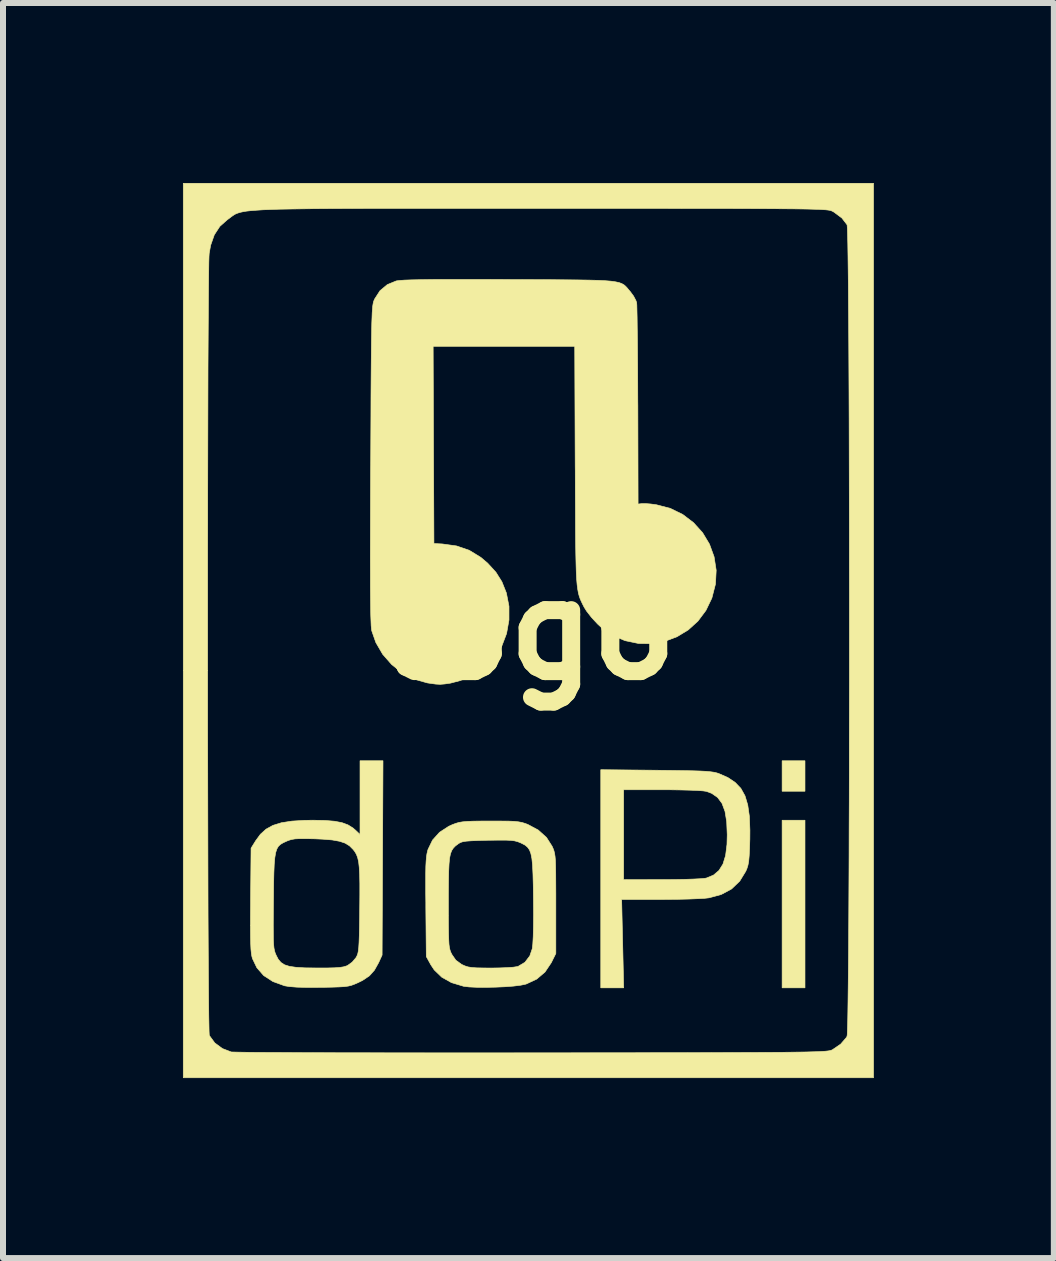
<source format=kicad_pcb>
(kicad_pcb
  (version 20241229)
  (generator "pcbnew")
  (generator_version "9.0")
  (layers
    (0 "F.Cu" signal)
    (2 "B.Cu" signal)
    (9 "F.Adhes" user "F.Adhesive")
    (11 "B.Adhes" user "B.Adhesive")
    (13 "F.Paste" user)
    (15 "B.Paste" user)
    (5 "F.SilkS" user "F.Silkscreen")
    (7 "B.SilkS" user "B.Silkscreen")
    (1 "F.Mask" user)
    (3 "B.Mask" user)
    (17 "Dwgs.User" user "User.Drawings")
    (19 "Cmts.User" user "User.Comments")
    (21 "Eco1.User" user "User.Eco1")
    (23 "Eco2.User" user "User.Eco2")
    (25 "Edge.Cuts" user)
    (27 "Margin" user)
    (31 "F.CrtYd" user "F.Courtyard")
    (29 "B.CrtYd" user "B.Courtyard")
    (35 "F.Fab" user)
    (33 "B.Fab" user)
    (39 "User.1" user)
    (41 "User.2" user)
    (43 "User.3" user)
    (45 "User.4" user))
  (footprint "logo"
    (layer "F.Cu")
    (at 5.745 7.447)
    (property "Reference" "logo" (at 0 0 0) (layer "F.SilkS") (effects (font (size 1.524 1.524) (thickness 0.3))))
    (attr through_hole)
    (fp_poly (pts (xy 4.623 2.692) (xy 4.242 2.692) (xy 4.242 2.184) (xy 4.623 2.184) (xy 4.623 2.692)) (stroke (width 0.01) (type solid)) (fill yes) (layer "F.SilkS"))
    (fp_poly (pts (xy 4.623 5.969) (xy 4.242 5.969) (xy 4.242 3.175) (xy 4.623 3.175) (xy 4.623 5.969)) (stroke (width 0.01) (type solid)) (fill yes) (layer "F.SilkS"))
    (fp_poly (pts (xy 2.14 2.342) (xy 2.386 2.345) (xy 2.586 2.348) (xy 2.747 2.351) (xy 2.874 2.355) (xy 2.971 2.36) (xy 3.046 2.367) (xy 3.103 2.375) (xy 3.148 2.385) (xy 3.186 2.397) (xy 3.338 2.464) (xy 3.459 2.545) (xy 3.554 2.644) (xy 3.623 2.768) (xy 3.669 2.921) (xy 3.696 3.11) (xy 3.705 3.34) (xy 3.704 3.49) (xy 3.699 3.65) (xy 3.693 3.768) (xy 3.685 3.856) (xy 3.673 3.923) (xy 3.656 3.979) (xy 3.636 4.026) (xy 3.535 4.191) (xy 3.399 4.321) (xy 3.227 4.413) (xy 3.022 4.469) (xy 3.019 4.469) (xy 2.948 4.477) (xy 2.836 4.483) (xy 2.691 4.489) (xy 2.523 4.493) (xy 2.341 4.495) (xy 2.212 4.496) (xy 1.567 4.496) (xy 1.601 5.969) (xy 1.219 5.969) (xy 1.219 4.166) (xy 1.6 4.166) (xy 2.242 4.165) (xy 2.436 4.164) (xy 2.611 4.161) (xy 2.761 4.156) (xy 2.879 4.15) (xy 2.957 4.143) (xy 2.979 4.139) (xy 3.098 4.09) (xy 3.189 4.013) (xy 3.256 3.906) (xy 3.3 3.762) (xy 3.323 3.578) (xy 3.327 3.416) (xy 3.318 3.2) (xy 3.29 3.028) (xy 3.24 2.894) (xy 3.167 2.796) (xy 3.068 2.727) (xy 2.979 2.694) (xy 2.925 2.686) (xy 2.827 2.679) (xy 2.693 2.674) (xy 2.529 2.67) (xy 2.344 2.667) (xy 2.242 2.667) (xy 1.6 2.667) (xy 1.6 4.166) (xy 1.219 4.166) (xy 1.219 2.333) (xy 2.14 2.342)) (stroke (width 0.01) (type solid)) (fill yes) (layer "F.SilkS"))
    (fp_poly (pts (xy -2.426 5.423) (xy -2.484 5.55) (xy -2.554 5.675) (xy -2.638 5.769) (xy -2.751 5.845) (xy -2.828 5.883) (xy -2.886 5.908) (xy -2.937 5.927) (xy -2.991 5.94) (xy -3.058 5.949) (xy -3.147 5.954) (xy -3.266 5.958) (xy -3.426 5.961) (xy -3.454 5.961) (xy -3.673 5.962) (xy -3.844 5.958) (xy -3.97 5.948) (xy -4.051 5.935) (xy -4.246 5.864) (xy -4.4 5.764) (xy -4.514 5.633) (xy -4.586 5.483) (xy -4.597 5.443) (xy -4.605 5.393) (xy -4.612 5.327) (xy -4.616 5.239) (xy -4.619 5.124) (xy -4.62 4.977) (xy -4.62 4.925) (xy -4.24 4.925) (xy -4.239 5.063) (xy -4.238 5.168) (xy -4.234 5.247) (xy -4.228 5.306) (xy -4.219 5.351) (xy -4.208 5.388) (xy -4.193 5.423) (xy -4.157 5.493) (xy -4.112 5.546) (xy -4.052 5.585) (xy -3.97 5.611) (xy -3.859 5.627) (xy -3.711 5.636) (xy -3.52 5.638) (xy -3.505 5.638) (xy -3.342 5.638) (xy -3.22 5.635) (xy -3.133 5.629) (xy -3.069 5.619) (xy -3.022 5.605) (xy -2.998 5.594) (xy -2.925 5.541) (xy -2.864 5.47) (xy -2.858 5.461) (xy -2.843 5.432) (xy -2.831 5.399) (xy -2.822 5.355) (xy -2.815 5.295) (xy -2.81 5.212) (xy -2.806 5.1) (xy -2.803 4.953) (xy -2.8 4.765) (xy -2.799 4.656) (xy -2.797 4.421) (xy -2.797 4.231) (xy -2.8 4.08) (xy -2.807 3.961) (xy -2.817 3.87) (xy -2.833 3.8) (xy -2.854 3.744) (xy -2.881 3.698) (xy -2.909 3.662) (xy -2.969 3.602) (xy -3.042 3.557) (xy -3.135 3.526) (xy -3.257 3.504) (xy -3.416 3.491) (xy -3.546 3.485) (xy -3.693 3.482) (xy -3.8 3.482) (xy -3.877 3.486) (xy -3.936 3.496) (xy -3.988 3.512) (xy -4.021 3.526) (xy -4.075 3.551) (xy -4.119 3.577) (xy -4.154 3.609) (xy -4.18 3.654) (xy -4.2 3.715) (xy -4.214 3.799) (xy -4.224 3.911) (xy -4.23 4.056) (xy -4.234 4.24) (xy -4.236 4.468) (xy -4.237 4.527) (xy -4.239 4.748) (xy -4.24 4.925) (xy -4.62 4.925) (xy -4.62 4.791) (xy -4.618 4.561) (xy -4.618 4.502) (xy -4.61 3.641) (xy -4.533 3.517) (xy -4.454 3.409) (xy -4.36 3.324) (xy -4.246 3.261) (xy -4.104 3.217) (xy -3.93 3.19) (xy -3.716 3.177) (xy -3.576 3.175) (xy -3.376 3.179) (xy -3.218 3.192) (xy -3.094 3.216) (xy -2.994 3.253) (xy -2.911 3.305) (xy -2.866 3.344) (xy -2.794 3.413) (xy -2.794 2.184) (xy -2.411 2.184) (xy -2.426 5.423)) (stroke (width 0.01) (type solid)) (fill yes) (layer "F.SilkS"))
    (fp_poly (pts (xy -0.451 3.189) (xy -0.321 3.19) (xy -0.224 3.194) (xy -0.151 3.202) (xy -0.093 3.213) (xy -0.041 3.229) (xy 0.002 3.245) (xy 0.177 3.339) (xy 0.314 3.462) (xy 0.409 3.611) (xy 0.409 3.612) (xy 0.426 3.65) (xy 0.439 3.686) (xy 0.449 3.727) (xy 0.457 3.778) (xy 0.463 3.845) (xy 0.466 3.935) (xy 0.468 4.053) (xy 0.469 4.205) (xy 0.47 4.397) (xy 0.47 4.572) (xy 0.47 5.397) (xy 0.394 5.55) (xy 0.29 5.705) (xy 0.152 5.823) (xy -0.021 5.904) (xy -0.033 5.908) (xy -0.114 5.925) (xy -0.234 5.94) (xy -0.38 5.951) (xy -0.54 5.958) (xy -0.701 5.961) (xy -0.851 5.96) (xy -0.977 5.954) (xy -1.067 5.943) (xy -1.27 5.882) (xy -1.432 5.791) (xy -1.557 5.67) (xy -1.614 5.584) (xy -1.689 5.448) (xy -1.697 4.626) (xy -1.697 4.548) (xy -1.321 4.548) (xy -1.321 4.763) (xy -1.32 4.934) (xy -1.318 5.066) (xy -1.315 5.167) (xy -1.311 5.242) (xy -1.304 5.297) (xy -1.294 5.339) (xy -1.282 5.374) (xy -1.265 5.407) (xy -1.264 5.411) (xy -1.197 5.508) (xy -1.104 5.576) (xy -1.093 5.582) (xy -1.044 5.604) (xy -0.994 5.62) (xy -0.932 5.63) (xy -0.85 5.636) (xy -0.735 5.638) (xy -0.606 5.639) (xy -0.467 5.637) (xy -0.341 5.632) (xy -0.24 5.625) (xy -0.173 5.615) (xy -0.16 5.612) (xy -0.045 5.543) (xy 0.036 5.437) (xy 0.077 5.317) (xy 0.086 5.241) (xy 0.093 5.117) (xy 0.097 4.949) (xy 0.099 4.74) (xy 0.097 4.495) (xy 0.097 4.489) (xy 0.094 4.259) (xy 0.089 4.073) (xy 0.082 3.927) (xy 0.071 3.815) (xy 0.054 3.731) (xy 0.031 3.67) (xy -0.001 3.625) (xy -0.041 3.591) (xy -0.092 3.564) (xy -0.121 3.55) (xy -0.168 3.532) (xy -0.218 3.519) (xy -0.28 3.511) (xy -0.364 3.507) (xy -0.478 3.507) (xy -0.633 3.509) (xy -0.661 3.509) (xy -0.82 3.513) (xy -0.938 3.518) (xy -1.021 3.524) (xy -1.079 3.533) (xy -1.119 3.546) (xy -1.151 3.564) (xy -1.16 3.571) (xy -1.204 3.604) (xy -1.238 3.639) (xy -1.265 3.68) (xy -1.286 3.734) (xy -1.301 3.807) (xy -1.31 3.903) (xy -1.316 4.029) (xy -1.319 4.19) (xy -1.321 4.393) (xy -1.321 4.548) (xy -1.697 4.548) (xy -1.699 4.395) (xy -1.699 4.208) (xy -1.699 4.06) (xy -1.697 3.944) (xy -1.692 3.855) (xy -1.686 3.786) (xy -1.678 3.732) (xy -1.667 3.685) (xy -1.66 3.661) (xy -1.585 3.506) (xy -1.468 3.376) (xy -1.315 3.276) (xy -1.255 3.249) (xy -1.199 3.228) (xy -1.145 3.212) (xy -1.084 3.202) (xy -1.008 3.195) (xy -0.907 3.191) (xy -0.773 3.189) (xy -0.622 3.189) (xy -0.451 3.189)) (stroke (width 0.01) (type solid)) (fill yes) (layer "F.SilkS"))
    (fp_poly (pts (xy -0.757 -5.839) (xy -0.385 -5.838) (xy -0.292 -5.837) (xy 0.057 -5.836) (xy 0.359 -5.835) (xy 0.618 -5.833) (xy 0.837 -5.831) (xy 1.02 -5.828) (xy 1.171 -5.824) (xy 1.293 -5.818) (xy 1.391 -5.81) (xy 1.467 -5.799) (xy 1.526 -5.786) (xy 1.571 -5.769) (xy 1.606 -5.749) (xy 1.634 -5.725) (xy 1.66 -5.697) (xy 1.687 -5.664) (xy 1.712 -5.635) (xy 1.767 -5.56) (xy 1.806 -5.485) (xy 1.817 -5.451) (xy 1.82 -5.412) (xy 1.822 -5.327) (xy 1.825 -5.2) (xy 1.827 -5.036) (xy 1.83 -4.84) (xy 1.832 -4.615) (xy 1.834 -4.366) (xy 1.835 -4.098) (xy 1.836 -3.815) (xy 1.837 -3.734) (xy 1.841 -2.095) (xy 1.907 -2.103) (xy 1.965 -2.103) (xy 2.053 -2.096) (xy 2.148 -2.083) (xy 2.378 -2.023) (xy 2.585 -1.922) (xy 2.765 -1.785) (xy 2.916 -1.618) (xy 3.031 -1.427) (xy 3.108 -1.216) (xy 3.143 -0.991) (xy 3.131 -0.761) (xy 3.071 -0.528) (xy 2.972 -0.322) (xy 2.839 -0.144) (xy 2.677 0.003) (xy 2.491 0.116) (xy 2.288 0.193) (xy 2.072 0.232) (xy 1.849 0.229) (xy 1.624 0.182) (xy 1.403 0.09) (xy 1.36 0.066) (xy 1.269 -0.001) (xy 1.166 -0.096) (xy 1.066 -0.204) (xy 0.983 -0.31) (xy 0.941 -0.378) (xy 0.916 -0.427) (xy 0.895 -0.471) (xy 0.876 -0.514) (xy 0.86 -0.56) (xy 0.846 -0.612) (xy 0.835 -0.674) (xy 0.825 -0.75) (xy 0.817 -0.843) (xy 0.811 -0.956) (xy 0.807 -1.094) (xy 0.803 -1.261) (xy 0.8 -1.459) (xy 0.798 -1.692) (xy 0.797 -1.964) (xy 0.795 -2.279) (xy 0.794 -2.64) (xy 0.793 -2.737) (xy 0.785 -4.724) (xy -1.575 -4.724) (xy -1.569 -3.081) (xy -1.562 -1.437) (xy -1.422 -1.43) (xy -1.185 -1.397) (xy -0.973 -1.324) (xy -0.78 -1.206) (xy -0.666 -1.109) (xy -0.529 -0.959) (xy -0.429 -0.8) (xy -0.354 -0.612) (xy -0.353 -0.606) (xy -0.311 -0.391) (xy -0.311 -0.163) (xy -0.351 0.063) (xy -0.431 0.273) (xy -0.465 0.336) (xy -0.583 0.495) (xy -0.74 0.638) (xy -0.923 0.758) (xy -1.118 0.846) (xy -1.286 0.89) (xy -1.383 0.904) (xy -1.458 0.91) (xy -1.532 0.906) (xy -1.626 0.893) (xy -1.673 0.886) (xy -1.888 0.825) (xy -2.088 0.721) (xy -2.266 0.58) (xy -2.416 0.409) (xy -2.53 0.213) (xy -2.598 0.019) (xy -2.603 -0.014) (xy -2.608 -0.067) (xy -2.611 -0.143) (xy -2.615 -0.243) (xy -2.617 -0.372) (xy -2.619 -0.531) (xy -2.621 -0.722) (xy -2.621 -0.949) (xy -2.622 -1.214) (xy -2.621 -1.519) (xy -2.62 -1.866) (xy -2.619 -2.26) (xy -2.617 -2.701) (xy -2.616 -2.756) (xy -2.614 -3.18) (xy -2.612 -3.556) (xy -2.611 -3.887) (xy -2.609 -4.177) (xy -2.607 -4.427) (xy -2.605 -4.642) (xy -2.603 -4.825) (xy -2.6 -4.977) (xy -2.598 -5.103) (xy -2.594 -5.204) (xy -2.591 -5.285) (xy -2.586 -5.349) (xy -2.582 -5.397) (xy -2.576 -5.434) (xy -2.57 -5.462) (xy -2.563 -5.484) (xy -2.554 -5.503) (xy -2.551 -5.512) (xy -2.461 -5.651) (xy -2.339 -5.753) (xy -2.191 -5.814) (xy -2.18 -5.816) (xy -2.132 -5.822) (xy -2.052 -5.828) (xy -1.937 -5.832) (xy -1.784 -5.835) (xy -1.592 -5.838) (xy -1.358 -5.839) (xy -1.081 -5.839) (xy -0.757 -5.839)) (stroke (width 0.01) (type solid)) (fill yes) (layer "F.SilkS"))
    (fp_poly (pts (xy 5.766 7.468) (xy -5.74 7.468) (xy -5.74 0.18) (xy -5.334 0.18) (xy -5.334 0.679) (xy -5.334 1.177) (xy -5.334 1.669) (xy -5.333 2.154) (xy -5.332 2.629) (xy -5.331 3.091) (xy -5.33 3.538) (xy -5.329 3.967) (xy -5.328 4.375) (xy -5.327 4.76) (xy -5.325 5.119) (xy -5.323 5.45) (xy -5.321 5.75) (xy -5.319 6.016) (xy -5.317 6.246) (xy -5.315 6.438) (xy -5.312 6.588) (xy -5.31 6.693) (xy -5.307 6.752) (xy -5.305 6.764) (xy -5.215 6.887) (xy -5.088 6.981) (xy -4.94 7.038) (xy -4.908 7.039) (xy -4.826 7.041) (xy -4.7 7.043) (xy -4.529 7.045) (xy -4.318 7.046) (xy -4.069 7.047) (xy -3.784 7.049) (xy -3.465 7.05) (xy -3.116 7.051) (xy -2.738 7.051) (xy -2.334 7.052) (xy -1.907 7.052) (xy -1.459 7.053) (xy -0.993 7.053) (xy -0.51 7.053) (xy -0.015 7.052) (xy 0.064 7.052) (xy 0.652 7.052) (xy 1.191 7.051) (xy 1.685 7.051) (xy 2.133 7.05) (xy 2.54 7.05) (xy 2.906 7.049) (xy 3.235 7.048) (xy 3.528 7.047) (xy 3.787 7.046) (xy 4.014 7.045) (xy 4.212 7.044) (xy 4.383 7.042) (xy 4.529 7.04) (xy 4.652 7.038) (xy 4.754 7.035) (xy 4.837 7.033) (xy 4.904 7.029) (xy 4.956 7.026) (xy 4.996 7.022) (xy 5.026 7.018) (xy 5.048 7.013) (xy 5.064 7.008) (xy 5.077 7.003) (xy 5.08 7.001) (xy 5.218 6.907) (xy 5.312 6.798) (xy 5.324 6.777) (xy 5.328 6.744) (xy 5.331 6.663) (xy 5.335 6.536) (xy 5.338 6.366) (xy 5.341 6.156) (xy 5.344 5.908) (xy 5.347 5.624) (xy 5.35 5.308) (xy 5.352 4.961) (xy 5.354 4.587) (xy 5.356 4.188) (xy 5.358 3.766) (xy 5.359 3.324) (xy 5.361 2.865) (xy 5.362 2.391) (xy 5.362 1.904) (xy 5.363 1.409) (xy 5.364 0.906) (xy 5.364 0.398) (xy 5.364 -0.111) (xy 5.364 -0.62) (xy 5.363 -1.126) (xy 5.363 -1.626) (xy 5.362 -2.117) (xy 5.361 -2.598) (xy 5.36 -3.065) (xy 5.359 -3.516) (xy 5.357 -3.948) (xy 5.355 -4.36) (xy 5.353 -4.747) (xy 5.351 -5.108) (xy 5.348 -5.44) (xy 5.346 -5.741) (xy 5.343 -6.008) (xy 5.34 -6.238) (xy 5.337 -6.429) (xy 5.333 -6.578) (xy 5.33 -6.683) (xy 5.326 -6.741) (xy 5.324 -6.751) (xy 5.238 -6.863) (xy 5.108 -6.96) (xy 5.08 -6.976) (xy 5.068 -6.981) (xy 5.053 -6.987) (xy 5.032 -6.992) (xy 5.004 -6.996) (xy 4.967 -7) (xy 4.918 -7.003) (xy 4.854 -7.007) (xy 4.775 -7.009) (xy 4.677 -7.012) (xy 4.559 -7.014) (xy 4.418 -7.016) (xy 4.252 -7.017) (xy 4.059 -7.019) (xy 3.837 -7.02) (xy 3.583 -7.021) (xy 3.296 -7.022) (xy 2.973 -7.022) (xy 2.612 -7.022) (xy 2.211 -7.023) (xy 1.768 -7.023) (xy 1.28 -7.023) (xy 0.745 -7.023) (xy 0.229 -7.023) (xy -0.362 -7.023) (xy -0.904 -7.023) (xy -1.399 -7.023) (xy -1.85 -7.023) (xy -2.259 -7.023) (xy -2.629 -7.023) (xy -2.96 -7.022) (xy -3.256 -7.021) (xy -3.519 -7.019) (xy -3.75 -7.016) (xy -3.953 -7.013) (xy -4.129 -7.01) (xy -4.28 -7.005) (xy -4.409 -7) (xy -4.517 -6.993) (xy -4.608 -6.986) (xy -4.683 -6.978) (xy -4.744 -6.968) (xy -4.793 -6.957) (xy -4.834 -6.944) (xy -4.867 -6.931) (xy -4.895 -6.915) (xy -4.92 -6.898) (xy -4.945 -6.88) (xy -4.972 -6.859) (xy -5.002 -6.837) (xy -5.004 -6.836) (xy -5.131 -6.723) (xy -5.223 -6.582) (xy -5.284 -6.408) (xy -5.308 -6.274) (xy -5.311 -6.227) (xy -5.314 -6.133) (xy -5.316 -5.994) (xy -5.318 -5.813) (xy -5.32 -5.592) (xy -5.322 -5.335) (xy -5.324 -5.043) (xy -5.326 -4.72) (xy -5.328 -4.367) (xy -5.329 -3.988) (xy -5.33 -3.586) (xy -5.331 -3.162) (xy -5.332 -2.719) (xy -5.333 -2.261) (xy -5.333 -1.789) (xy -5.334 -1.306) (xy -5.334 -0.816) (xy -5.334 -0.319) (xy -5.334 0.18) (xy -5.74 0.18) (xy -5.74 -7.442) (xy 5.766 -7.442) (xy 5.766 7.468)) (stroke (width 0.01) (type solid)) (fill yes) (layer "F.SilkS")))
  (gr_rect
    (start -3 -3)
    (end 14.516 17.92)
    (stroke (width 0.1) (type default))
    (fill no)
    (layer "Edge.Cuts")))
</source>
